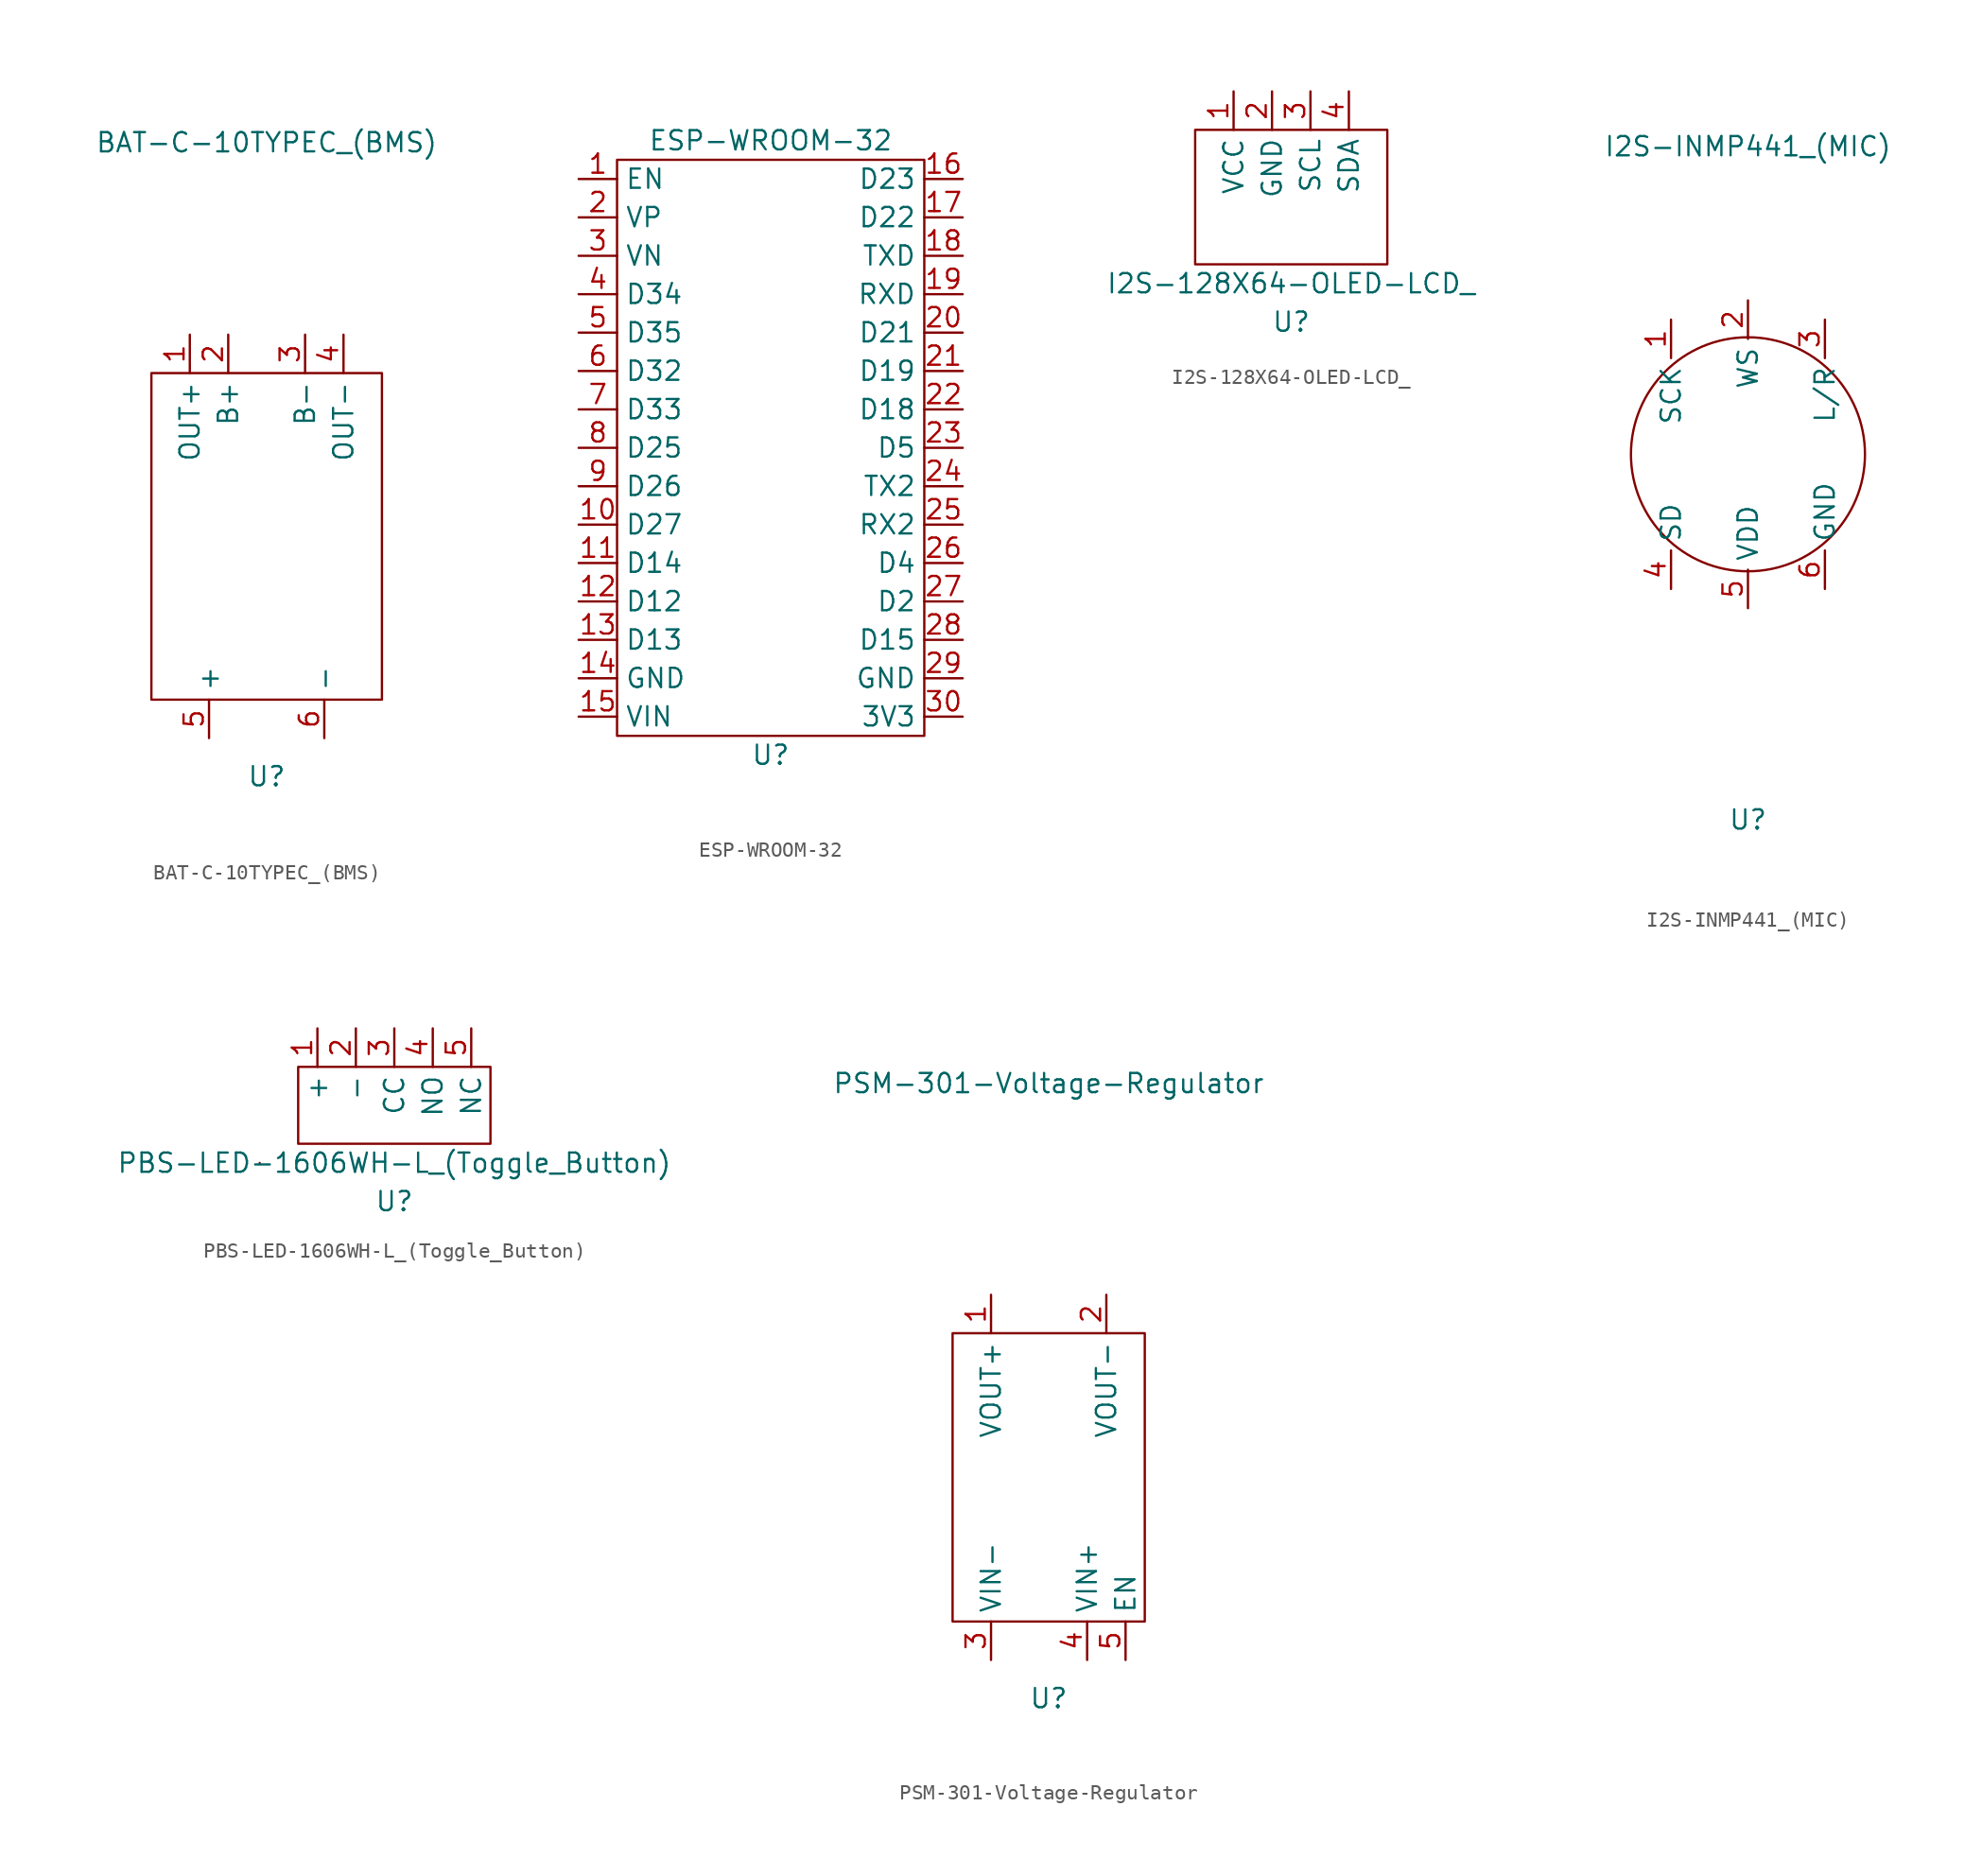
<source format=kicad_sym>
(kicad_symbol_lib
  (version 20211014)
  (generator kicad_symbol_editor)
  (symbol "BAT-C-10TYPEC_(BMS)"
    (property "Reference" "U"
      (at 0 -12.7 0)
      (effects (font (size 1.27 1.27))))
    (property "Value" "BAT-C-10TYPEC_(BMS)"
      (at 0 29.21 0)
      (effects (font (size 1.27 1.27))))
    (symbol "BAT-C-10TYPEC_(BMS)_0_1"
      (rectangle (start -7.62 13.97) (end 7.62 -7.62) (stroke (width 0) (type default) (color 0 0 0 0)) (fill (type none))))
    (symbol "BAT-C-10TYPEC_(BMS)_1_1"
      (pin power_out line (at -5.08 16.51 270) (length 2.54) (name "OUT+" (effects (font (size 1.27 1.27)))) (number "1" (effects (font (size 1.27 1.27)))))
      (pin power_out line (at -2.54 16.51 270) (length 2.54) (name "B+" (effects (font (size 1.27 1.27)))) (number "2" (effects (font (size 1.27 1.27)))))
      (pin power_out line (at 2.54 16.51 270) (length 2.54) (name "B-" (effects (font (size 1.27 1.27)))) (number "3" (effects (font (size 1.27 1.27)))))
      (pin power_out line (at 5.08 16.51 270) (length 2.54) (name "OUT-" (effects (font (size 1.27 1.27)))) (number "4" (effects (font (size 1.27 1.27)))))
      (pin power_in line (at -3.81 -10.16 90) (length 2.54) (name "+" (effects (font (size 1.27 1.27)))) (number "5" (effects (font (size 1.27 1.27)))))
      (pin power_in line (at 3.81 -10.16 90) (length 2.54) (name "-" (effects (font (size 1.27 1.27)))) (number "6" (effects (font (size 1.27 1.27)))))))
  (symbol "ESP-WROOM-32"
    (property "Reference" "U"
      (at 0 -25.4 0)
      (effects (font (size 1.27 1.27))))
    (property "Value" "ESP-WROOM-32"
      (at 0 15.24 0)
      (effects (font (size 1.27 1.27))))
    (symbol "ESP-WROOM-32_0_1"
      (rectangle (start -10.16 13.97) (end 10.16 -24.13) (stroke (width 0) (type default) (color 0 0 0 0)) (fill (type none))))
    (symbol "ESP-WROOM-32_1_1"
      (pin input line (at -12.7 12.7 0) (length 2.54) (name "EN" (effects (font (size 1.27 1.27)))) (number "1" (effects (font (size 1.27 1.27)))))
      (pin bidirectional line (at -12.7 -10.16 0) (length 2.54) (name "D27" (effects (font (size 1.27 1.27)))) (number "10" (effects (font (size 1.27 1.27)))))
      (pin bidirectional line (at -12.7 -12.7 0) (length 2.54) (name "D14" (effects (font (size 1.27 1.27)))) (number "11" (effects (font (size 1.27 1.27)))))
      (pin bidirectional line (at -12.7 -15.24 0) (length 2.54) (name "D12" (effects (font (size 1.27 1.27)))) (number "12" (effects (font (size 1.27 1.27)))))
      (pin bidirectional line (at -12.7 -17.78 0) (length 2.54) (name "D13" (effects (font (size 1.27 1.27)))) (number "13" (effects (font (size 1.27 1.27)))))
      (pin power_in line (at -12.7 -20.32 0) (length 2.54) (name "GND" (effects (font (size 1.27 1.27)))) (number "14" (effects (font (size 1.27 1.27)))))
      (pin power_in line (at -12.7 -22.86 0) (length 2.54) (name "VIN" (effects (font (size 1.27 1.27)))) (number "15" (effects (font (size 1.27 1.27)))))
      (pin bidirectional line (at 12.7 12.7 180) (length 2.54) (name "D23" (effects (font (size 1.27 1.27)))) (number "16" (effects (font (size 1.27 1.27)))))
      (pin bidirectional line (at 12.7 10.16 180) (length 2.54) (name "D22" (effects (font (size 1.27 1.27)))) (number "17" (effects (font (size 1.27 1.27)))))
      (pin output line (at 12.7 7.62 180) (length 2.54) (name "TXD" (effects (font (size 1.27 1.27)))) (number "18" (effects (font (size 1.27 1.27)))))
      (pin input line (at 12.7 5.08 180) (length 2.54) (name "RXD" (effects (font (size 1.27 1.27)))) (number "19" (effects (font (size 1.27 1.27)))))
      (pin power_in line (at -12.7 10.16 0) (length 2.54) (name "VP" (effects (font (size 1.27 1.27)))) (number "2" (effects (font (size 1.27 1.27)))))
      (pin bidirectional line (at 12.7 2.54 180) (length 2.54) (name "D21" (effects (font (size 1.27 1.27)))) (number "20" (effects (font (size 1.27 1.27)))))
      (pin bidirectional line (at 12.7 0 180) (length 2.54) (name "D19" (effects (font (size 1.27 1.27)))) (number "21" (effects (font (size 1.27 1.27)))))
      (pin bidirectional line (at 12.7 -2.54 180) (length 2.54) (name "D18" (effects (font (size 1.27 1.27)))) (number "22" (effects (font (size 1.27 1.27)))))
      (pin bidirectional line (at 12.7 -5.08 180) (length 2.54) (name "D5" (effects (font (size 1.27 1.27)))) (number "23" (effects (font (size 1.27 1.27)))))
      (pin output line (at 12.7 -7.62 180) (length 2.54) (name "TX2" (effects (font (size 1.27 1.27)))) (number "24" (effects (font (size 1.27 1.27)))))
      (pin input line (at 12.7 -10.16 180) (length 2.54) (name "RX2" (effects (font (size 1.27 1.27)))) (number "25" (effects (font (size 1.27 1.27)))))
      (pin bidirectional line (at 12.7 -12.7 180) (length 2.54) (name "D4" (effects (font (size 1.27 1.27)))) (number "26" (effects (font (size 1.27 1.27)))))
      (pin bidirectional line (at 12.7 -15.24 180) (length 2.54) (name "D2" (effects (font (size 1.27 1.27)))) (number "27" (effects (font (size 1.27 1.27)))))
      (pin bidirectional line (at 12.7 -17.78 180) (length 2.54) (name "D15" (effects (font (size 1.27 1.27)))) (number "28" (effects (font (size 1.27 1.27)))))
      (pin bidirectional line (at 12.7 -20.32 180) (length 2.54) (name "GND" (effects (font (size 1.27 1.27)))) (number "29" (effects (font (size 1.27 1.27)))))
      (pin power_in line (at -12.7 7.62 0) (length 2.54) (name "VN" (effects (font (size 1.27 1.27)))) (number "3" (effects (font (size 1.27 1.27)))))
      (pin bidirectional line (at 12.7 -22.86 180) (length 2.54) (name "3V3" (effects (font (size 1.27 1.27)))) (number "30" (effects (font (size 1.27 1.27)))))
      (pin bidirectional line (at -12.7 5.08 0) (length 2.54) (name "D34" (effects (font (size 1.27 1.27)))) (number "4" (effects (font (size 1.27 1.27)))))
      (pin bidirectional line (at -12.7 2.54 0) (length 2.54) (name "D35" (effects (font (size 1.27 1.27)))) (number "5" (effects (font (size 1.27 1.27)))))
      (pin bidirectional line (at -12.7 0 0) (length 2.54) (name "D32" (effects (font (size 1.27 1.27)))) (number "6" (effects (font (size 1.27 1.27)))))
      (pin bidirectional line (at -12.7 -2.54 0) (length 2.54) (name "D33" (effects (font (size 1.27 1.27)))) (number "7" (effects (font (size 1.27 1.27)))))
      (pin bidirectional line (at -12.7 -5.08 0) (length 2.54) (name "D25" (effects (font (size 1.27 1.27)))) (number "8" (effects (font (size 1.27 1.27)))))
      (pin bidirectional line (at -12.7 -7.62 0) (length 2.54) (name "D26" (effects (font (size 1.27 1.27)))) (number "9" (effects (font (size 1.27 1.27)))))))
  (symbol "I2S-128X64-OLED-LCD_"
    (property "Reference" "U"
      (at 0 -2.54 0)
      (effects (font (size 1.27 1.27))))
    (property "Value" "I2S-128X64-OLED-LCD_"
      (at 0 0 0)
      (effects (font (size 1.27 1.27))))
    (symbol "I2S-128X64-OLED-LCD__0_1"
      (rectangle (start -6.35 10.16) (end 6.35 1.27) (stroke (width 0) (type default) (color 0 0 0 0)) (fill (type none))))
    (symbol "I2S-128X64-OLED-LCD__1_1"
      (pin power_in line (at -3.81 12.7 270) (length 2.54) (name "VCC" (effects (font (size 1.27 1.27)))) (number "1" (effects (font (size 1.27 1.27)))))
      (pin power_in line (at -1.27 12.7 270) (length 2.54) (name "GND" (effects (font (size 1.27 1.27)))) (number "2" (effects (font (size 1.27 1.27)))))
      (pin input line (at 1.27 12.7 270) (length 2.54) (name "SCL" (effects (font (size 1.27 1.27)))) (number "3" (effects (font (size 1.27 1.27)))))
      (pin input line (at 3.81 12.7 270) (length 2.54) (name "SDA" (effects (font (size 1.27 1.27)))) (number "4" (effects (font (size 1.27 1.27)))))))
  (symbol "I2S-INMP441_(MIC)"
    (property "Reference" "U"
      (at 0 -24.13 0)
      (effects (font (size 1.27 1.27))))
    (property "Value" "I2S-INMP441_(MIC)"
      (at 0 20.32 0)
      (effects (font (size 1.27 1.27))))
    (symbol "I2S-INMP441_(MIC)_0_1"
      (circle (center 0 0) (radius 7.725) (stroke (width 0) (type default) (color 0 0 0 0)) (fill (type none))))
    (symbol "I2S-INMP441_(MIC)_1_1"
      (pin input line (at -5.08 8.89 270) (length 2.54) (name "SCK" (effects (font (size 1.27 1.27)))) (number "1" (effects (font (size 1.27 1.27)))))
      (pin output line (at 0 10.16 270) (length 2.54) (name "WS" (effects (font (size 1.27 1.27)))) (number "2" (effects (font (size 1.27 1.27)))))
      (pin input line (at 5.08 8.89 270) (length 2.54) (name "L/R" (effects (font (size 1.27 1.27)))) (number "3" (effects (font (size 1.27 1.27)))))
      (pin output line (at -5.08 -8.89 90) (length 2.54) (name "SD" (effects (font (size 1.27 1.27)))) (number "4" (effects (font (size 1.27 1.27)))))
      (pin power_in line (at 0 -10.16 90) (length 2.54) (name "VDD" (effects (font (size 1.27 1.27)))) (number "5" (effects (font (size 1.27 1.27)))))
      (pin power_in line (at 5.08 -8.89 90) (length 2.54) (name "GND" (effects (font (size 1.27 1.27)))) (number "6" (effects (font (size 1.27 1.27)))))))
  (symbol "PBS-LED-1606WH-L_(Toggle_Button)"
    (property "Reference" "U"
      (at 0 -6.35 0)
      (effects (font (size 1.27 1.27))))
    (property "Value" "PBS-LED-1606WH-L_(Toggle_Button)"
      (at 0 -3.81 0)
      (effects (font (size 1.27 1.27))))
    (symbol "PBS-LED-1606WH-L_(Toggle_Button)_0_1"
      (rectangle (start -8.89 -3.81) (end -8.89 -3.81) (stroke (width 0) (type default) (color 0 0 0 0)) (fill (type none)))
      (rectangle (start -6.35 2.54) (end 6.35 -2.54) (stroke (width 0) (type default) (color 0 0 0 0)) (fill (type none))))
    (symbol "PBS-LED-1606WH-L_(Toggle_Button)_1_1"
      (pin power_in line (at -5.08 5.08 270) (length 2.54) (name "+" (effects (font (size 1.27 1.27)))) (number "1" (effects (font (size 1.27 1.27)))))
      (pin power_in line (at -2.54 5.08 270) (length 2.54) (name "-" (effects (font (size 1.27 1.27)))) (number "2" (effects (font (size 1.27 1.27)))))
      (pin power_in line (at 0 5.08 270) (length 2.54) (name "CC" (effects (font (size 1.27 1.27)))) (number "3" (effects (font (size 1.27 1.27)))))
      (pin output line (at 2.54 5.08 270) (length 2.54) (name "NO" (effects (font (size 1.27 1.27)))) (number "4" (effects (font (size 1.27 1.27)))))
      (pin output line (at 5.08 5.08 270) (length 2.54) (name "NC" (effects (font (size 1.27 1.27)))) (number "5" (effects (font (size 1.27 1.27)))))))
  (symbol "PSM-301-Voltage-Regulator"
    (property "Reference" "U"
      (at 0 -13.97 0)
      (effects (font (size 1.27 1.27))))
    (property "Value" "PSM-301-Voltage-Regulator"
      (at 0 26.67 0)
      (effects (font (size 1.27 1.27))))
    (symbol "PSM-301-Voltage-Regulator_0_1"
      (rectangle (start -6.35 10.16) (end 6.35 -8.89) (stroke (width 0) (type default) (color 0 0 0 0)) (fill (type none))))
    (symbol "PSM-301-Voltage-Regulator_1_1"
      (pin power_out line (at -3.81 12.7 270) (length 2.54) (name "VOUT+" (effects (font (size 1.27 1.27)))) (number "1" (effects (font (size 1.27 1.27)))))
      (pin power_out line (at 3.81 12.7 270) (length 2.54) (name "VOUT-" (effects (font (size 1.27 1.27)))) (number "2" (effects (font (size 1.27 1.27)))))
      (pin power_in line (at -3.81 -11.43 90) (length 2.54) (name "VIN-" (effects (font (size 1.27 1.27)))) (number "3" (effects (font (size 1.27 1.27)))))
      (pin power_in line (at 2.54 -11.43 90) (length 2.54) (name "VIN+" (effects (font (size 1.27 1.27)))) (number "4" (effects (font (size 1.27 1.27)))))
      (pin input line (at 5.08 -11.43 90) (length 2.54) (name "EN" (effects (font (size 1.27 1.27)))) (number "5" (effects (font (size 1.27 1.27))))))))
</source>
